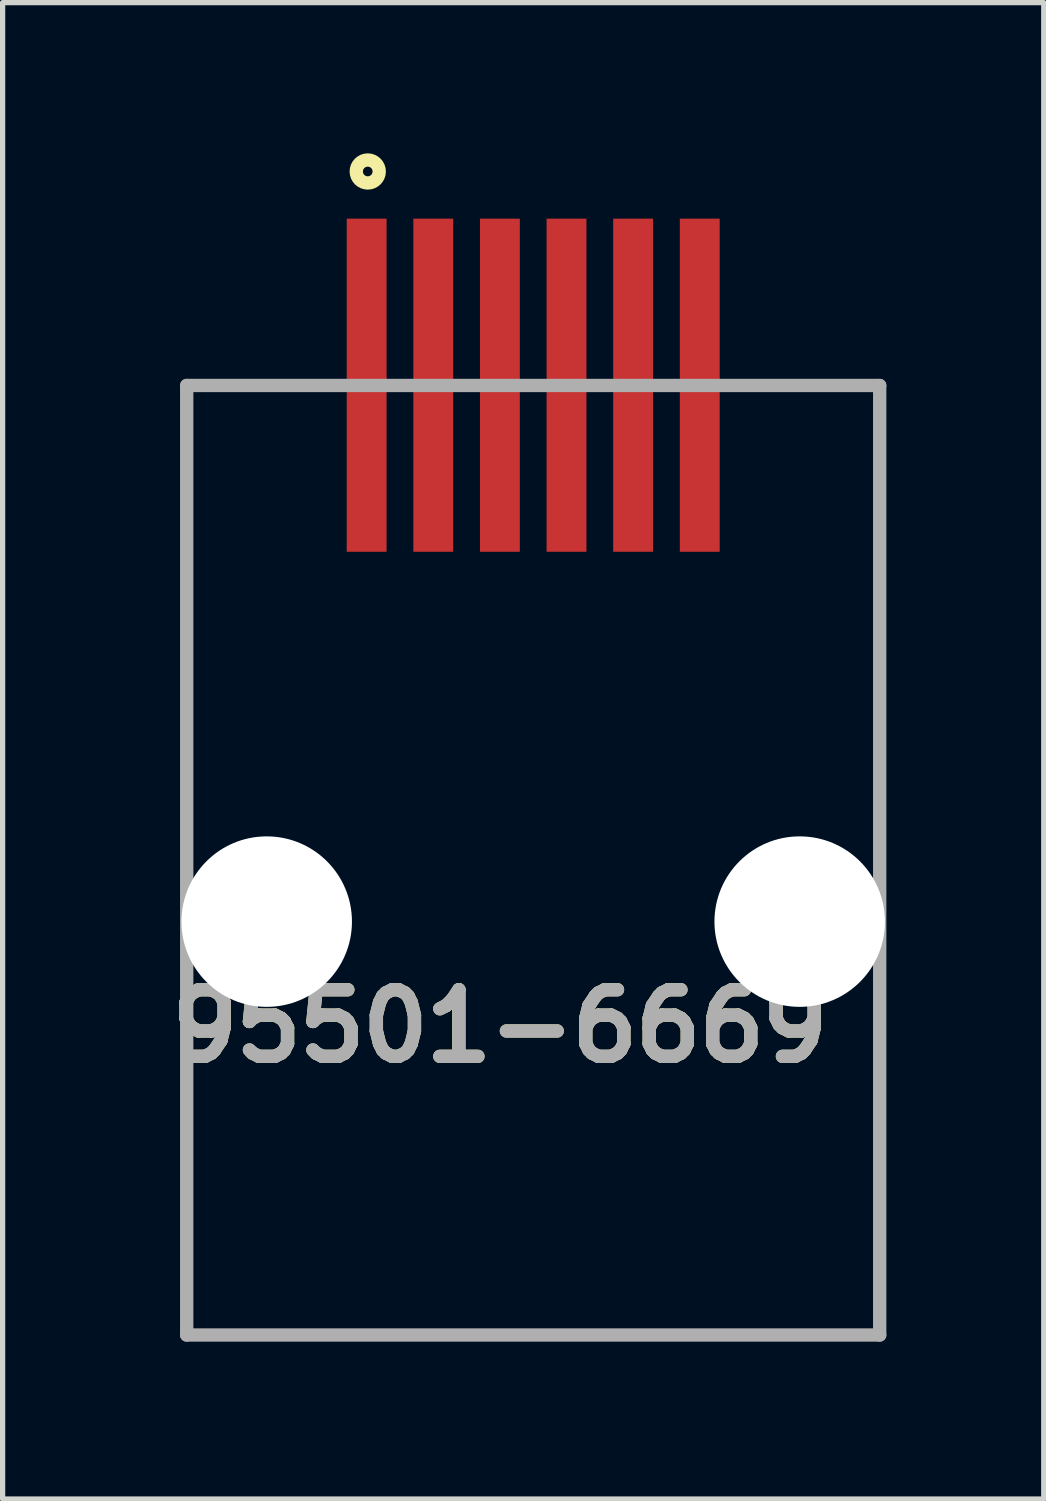
<source format=kicad_pcb>
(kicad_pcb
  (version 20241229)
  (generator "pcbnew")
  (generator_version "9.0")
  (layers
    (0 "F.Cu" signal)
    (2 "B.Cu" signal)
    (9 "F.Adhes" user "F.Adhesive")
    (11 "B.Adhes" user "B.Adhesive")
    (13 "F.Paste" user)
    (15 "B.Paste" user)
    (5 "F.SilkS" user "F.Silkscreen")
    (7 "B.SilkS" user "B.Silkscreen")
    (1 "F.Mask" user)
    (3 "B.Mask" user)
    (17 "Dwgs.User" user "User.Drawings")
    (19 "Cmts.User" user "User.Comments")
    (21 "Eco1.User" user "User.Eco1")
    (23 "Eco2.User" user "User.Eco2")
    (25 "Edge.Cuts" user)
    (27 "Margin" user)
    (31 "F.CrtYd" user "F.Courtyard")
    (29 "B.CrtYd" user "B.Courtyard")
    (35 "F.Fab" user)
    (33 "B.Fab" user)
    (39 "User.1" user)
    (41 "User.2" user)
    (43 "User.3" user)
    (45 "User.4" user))
  (footprint "95501-6669"
    (layer "F.Cu")
    (at 7.114 14.518)
    (property "Reference" "95501-6669" (at -0.631 1.994 0) (layer "F.SilkS") (effects (font (size 1.27 1.27) (thickness 0.254))))
    (attr through_hole)
    (fp_circle (center -3.154 -14.299) (end -3.154 -14.207) (stroke (width 0.254) (type solid)) (fill no) (layer "F.SilkS"))
    (fp_line (start -6.605 -10.22) (end 6.605 -10.22) (stroke (width 0.254) (type solid)) (layer "F.Fab"))
    (fp_line (start -6.605 7.88) (end -6.605 -10.22) (stroke (width 0.254) (type solid)) (layer "F.Fab"))
    (fp_line (start 6.605 -10.22) (end 6.605 7.88) (stroke (width 0.254) (type solid)) (layer "F.Fab"))
    (fp_line (start 6.605 7.88) (end -6.605 7.88) (stroke (width 0.254) (type solid)) (layer "F.Fab"))
    (fp_line (start -6.605 -10.22) (end -6.605 -1.17) (stroke (width 0.254) (type solid)) (layer "User.1"))
    (fp_line (start -6.605 7.88) (end -6.605 1.17) (stroke (width 0.254) (type solid)) (layer "User.1"))
    (fp_line (start 6.605 -10.22) (end 6.605 -1.17) (stroke (width 0.254) (type solid)) (layer "User.1"))
    (fp_line (start 6.605 7.88) (end -6.605 7.88) (stroke (width 0.254) (type solid)) (layer "User.1"))
    (fp_line (start 6.605 7.88) (end 6.605 1.17) (stroke (width 0.254) (type solid)) (layer "User.1"))
    (fp_text user "${REFERENCE}" (at -0.631 1.994 0) (layer "F.Fab") (effects (font (size 1.27 1.27) (thickness 0.254))))
    (pad "" np_thru_hole circle (at -5.08 0) (size 3.25 3.25) (drill 3.25) (layers "*.Cu" "*.Mask"))
    (pad "" np_thru_hole circle (at 5.08 0) (size 3.25 3.25) (drill 3.25) (layers "*.Cu" "*.Mask"))
    (pad "1" smd rect (at -3.175 -10.225) (size 0.76 6.35) (layers "F.Cu" "F.Mask" "F.Paste"))
    (pad "2" smd rect (at -1.905 -10.225) (size 0.76 6.35) (layers "F.Cu" "F.Mask" "F.Paste"))
    (pad "3" smd rect (at -0.635 -10.225) (size 0.76 6.35) (layers "F.Cu" "F.Mask" "F.Paste"))
    (pad "4" smd rect (at 0.635 -10.225) (size 0.76 6.35) (layers "F.Cu" "F.Mask" "F.Paste"))
    (pad "5" smd rect (at 1.905 -10.225) (size 0.76 6.35) (layers "F.Cu" "F.Mask" "F.Paste"))
    (pad "6" smd rect (at 3.175 -10.225) (size 0.76 6.35) (layers "F.Cu" "F.Mask" "F.Paste")))
  (gr_rect
    (start -3 -3)
    (end 16.846 25.525)
    (stroke (width 0.1) (type default))
    (fill no)
    (layer "Edge.Cuts")))
</source>
